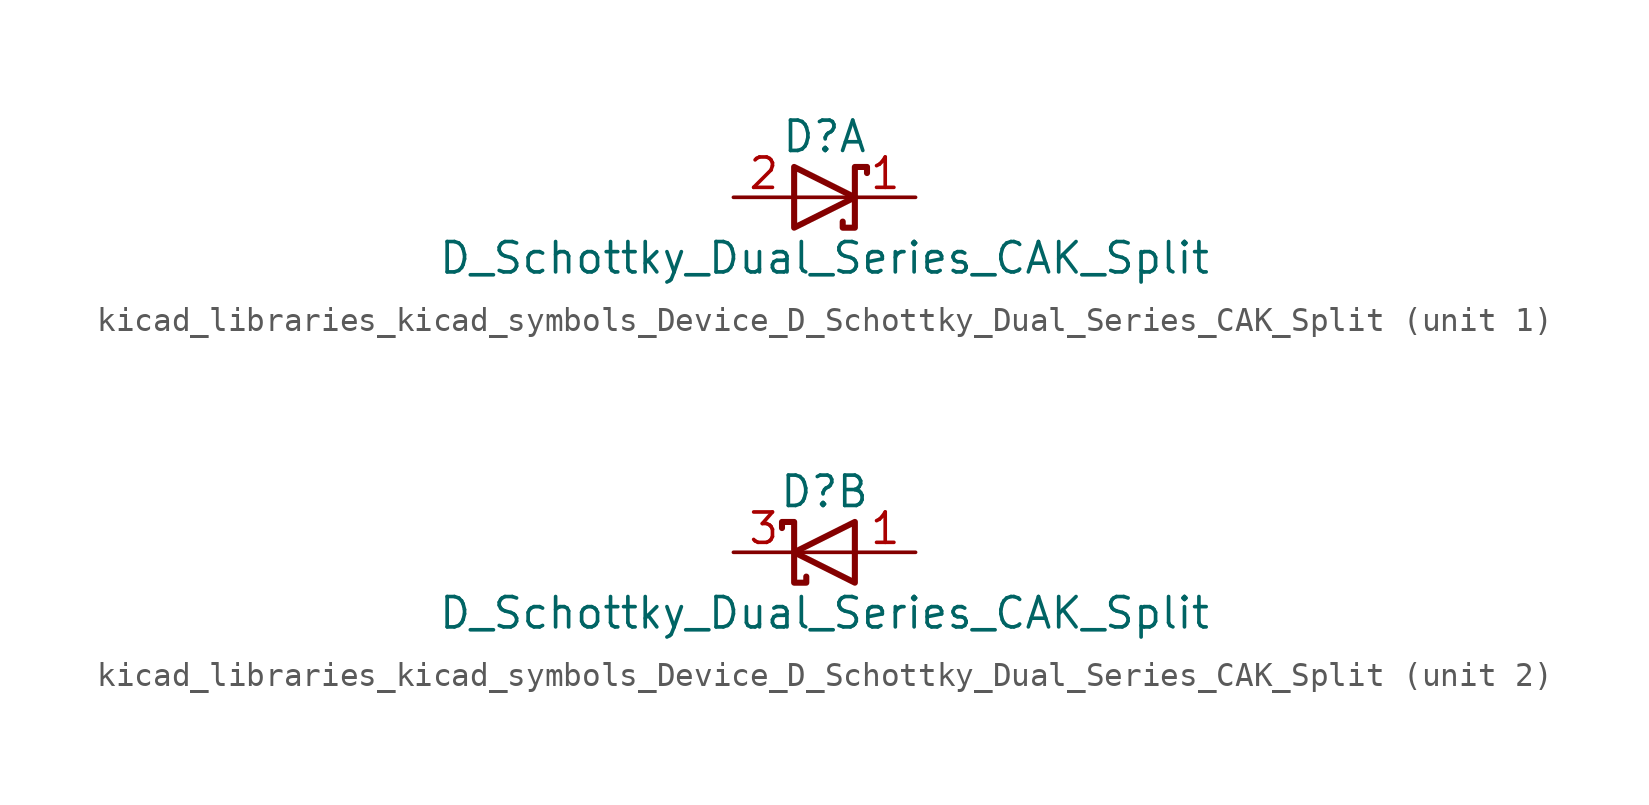
<source format=kicad_sym>
(kicad_symbol_lib
  (version 20220914)
  (generator kicad_symbol_editor)
  (symbol "kicad_libraries_kicad_symbols_Device_D_Schottky_Dual_Series_CAK_Split"
    (pin_names
      (offset 0.762) hide)
    (property "Reference" "D"
      (at 0 2.54 0)
      (effects (font (size 1.27 1.27))))
    (property "Value" "D_Schottky_Dual_Series_CAK_Split"
      (at 0 -2.54 0)
      (effects (font (size 1.27 1.27))))
    (property "ki_locked" ""
      (at 0 0 0)
      (effects (font (size 1.27 1.27))))
    (symbol "kicad_libraries_kicad_symbols_Device_D_Schottky_Dual_Series_CAK_Split_0_1"
      (pin passive line (at 3.81 0 180) (length 2.54) (name "K" (effects (font (size 1.27 1.27)))) (number "1" (effects (font (size 1.27 1.27))))))
    (symbol "kicad_libraries_kicad_symbols_Device_D_Schottky_Dual_Series_CAK_Split_1_1"
      (polyline (pts (xy 1.27 0) (xy -1.27 0)) (stroke (width 0) (type default)) (fill (type none)))
      (polyline (pts (xy -1.27 1.27) (xy 1.27 0) (xy -1.27 -1.27) (xy -1.27 1.27) (xy -1.27 1.27) (xy -1.27 1.27)) (stroke (width 0.254) (type default)) (fill (type none)))
      (polyline (pts (xy 1.778 1.016) (xy 1.778 1.27) (xy 1.27 1.27) (xy 1.27 -1.27) (xy 0.762 -1.27) (xy 0.762 -1.016)) (stroke (width 0.254) (type default)) (fill (type none)))
      (pin passive line (at -3.81 0 0) (length 2.54) (name "A" (effects (font (size 1.27 1.27)))) (number "2" (effects (font (size 1.27 1.27))))))
    (symbol "kicad_libraries_kicad_symbols_Device_D_Schottky_Dual_Series_CAK_Split_2_1"
      (polyline (pts (xy -1.27 0) (xy 1.27 0)) (stroke (width 0) (type default)) (fill (type none)))
      (polyline (pts (xy -1.778 1.016) (xy -1.778 1.27) (xy -1.27 1.27) (xy -1.27 -1.27) (xy -0.762 -1.27) (xy -0.762 -1.016)) (stroke (width 0.254) (type default)) (fill (type none)))
      (polyline (pts (xy 1.27 1.27) (xy -1.27 0) (xy 1.27 -1.27) (xy 1.27 1.27) (xy 1.27 1.27) (xy 1.27 1.27)) (stroke (width 0.254) (type default)) (fill (type none)))
      (pin passive line (at -3.81 0 0) (length 2.54) (name "K" (effects (font (size 1.27 1.27)))) (number "3" (effects (font (size 1.27 1.27))))))))
</source>
